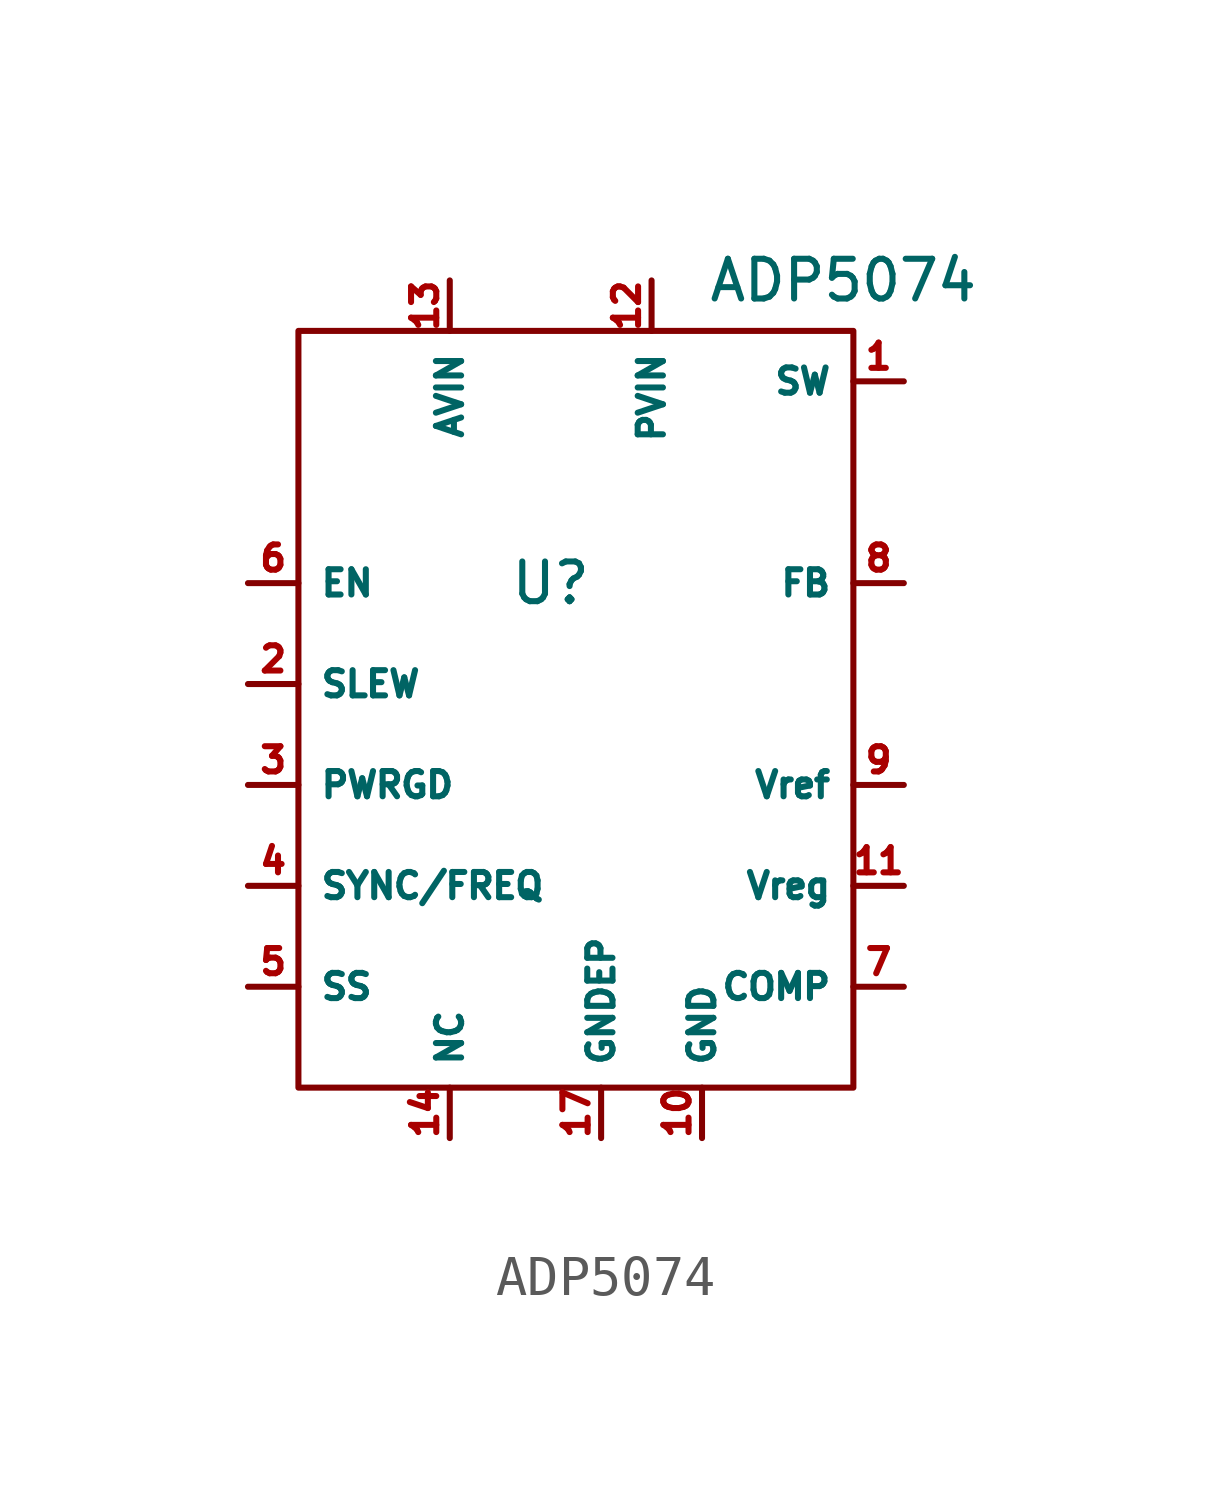
<source format=kicad_sym>
(kicad_symbol_lib
  (version 20241209)
  (generator "kicad_symbol_editor")
  (generator_version "9.0")
  (symbol "ADP5074"
    (property "Reference" "U"
      (at 0 0 0)
      (effects (font (size 1 1))))
    (property "Value" "ADP5074"
      (at 7.366 7.62 0)
      (effects (font (size 1 1))))
    (symbol "ADP5074_0_1"
      (rectangle (start -6.35 6.35) (end 7.62 -12.7) (stroke (width 0) (type default)) (fill (type none))))
    (symbol "ADP5074_1_1"
      (pin input line (at -7.62 0 0) (length 1.27) (name "EN" (effects (font (size 0.635 0.635)))) (number "6" (effects (font (size 0.635 0.635)))))
      (pin input line (at -7.62 -2.54 0) (length 1.27) (name "SLEW" (effects (font (size 0.635 0.635)))) (number "2" (effects (font (size 0.635 0.635)))))
      (pin output line (at -7.62 -5.08 0) (length 1.27) (name "PWRGD" (effects (font (size 0.635 0.635)))) (number "3" (effects (font (size 0.635 0.635)))))
      (pin input line (at -7.62 -7.62 0) (length 1.27) (name "SYNC/FREQ" (effects (font (size 0.635 0.635)))) (number "4" (effects (font (size 0.635 0.635)))))
      (pin input line (at -7.62 -10.16 0) (length 1.27) (name "SS" (effects (font (size 0.635 0.635)))) (number "5" (effects (font (size 0.635 0.635)))))
      (pin power_in line (at -2.54 7.62 270) (length 1.27) (name "AVIN" (effects (font (size 0.635 0.635)))) (number "13" (effects (font (size 0.635 0.635)))))
      (pin passive line (at -2.54 -13.97 90) (length 1.27) (name "NC" (effects (font (size 0.635 0.635)))) (number "14" (effects (font (size 0.635 0.635)))))
      (pin passive line (at -2.54 -13.97 90) (length 1.27) (hide yes) (name "NC" (effects (font (size 0.635 0.635)))) (number "15" (effects (font (size 0.635 0.635)))))
      (pin passive line (at -2.54 -13.97 90) (length 1.27) (hide yes) (name "NC" (effects (font (size 0.635 0.635)))) (number "16" (effects (font (size 0.635 0.635)))))
      (pin power_in line (at 1.27 -13.97 90) (length 1.27) (name "GNDEP" (effects (font (size 0.635 0.635)))) (number "17" (effects (font (size 0.635 0.635)))))
      (pin power_in line (at 2.54 7.62 270) (length 1.27) (name "PVIN" (effects (font (size 0.635 0.635)))) (number "12" (effects (font (size 0.635 0.635)))))
      (pin power_in line (at 3.81 -13.97 90) (length 1.27) (name "GND" (effects (font (size 0.635 0.635)))) (number "10" (effects (font (size 0.635 0.635)))))
      (pin output line (at 8.89 5.08 180) (length 1.27) (name "SW" (effects (font (size 0.635 0.635)))) (number "1" (effects (font (size 0.635 0.635)))))
      (pin input line (at 8.89 0 180) (length 1.27) (name "FB" (effects (font (size 0.635 0.635)))) (number "8" (effects (font (size 0.635 0.635)))))
      (pin output line (at 8.89 -5.08 180) (length 1.27) (name "Vref" (effects (font (size 0.635 0.635)))) (number "9" (effects (font (size 0.635 0.635)))))
      (pin power_out line (at 8.89 -7.62 180) (length 1.27) (name "Vreg" (effects (font (size 0.635 0.635)))) (number "11" (effects (font (size 0.635 0.635)))))
      (pin input line (at 8.89 -10.16 180) (length 1.27) (name "COMP" (effects (font (size 0.635 0.635)))) (number "7" (effects (font (size 0.635 0.635))))))))
</source>
